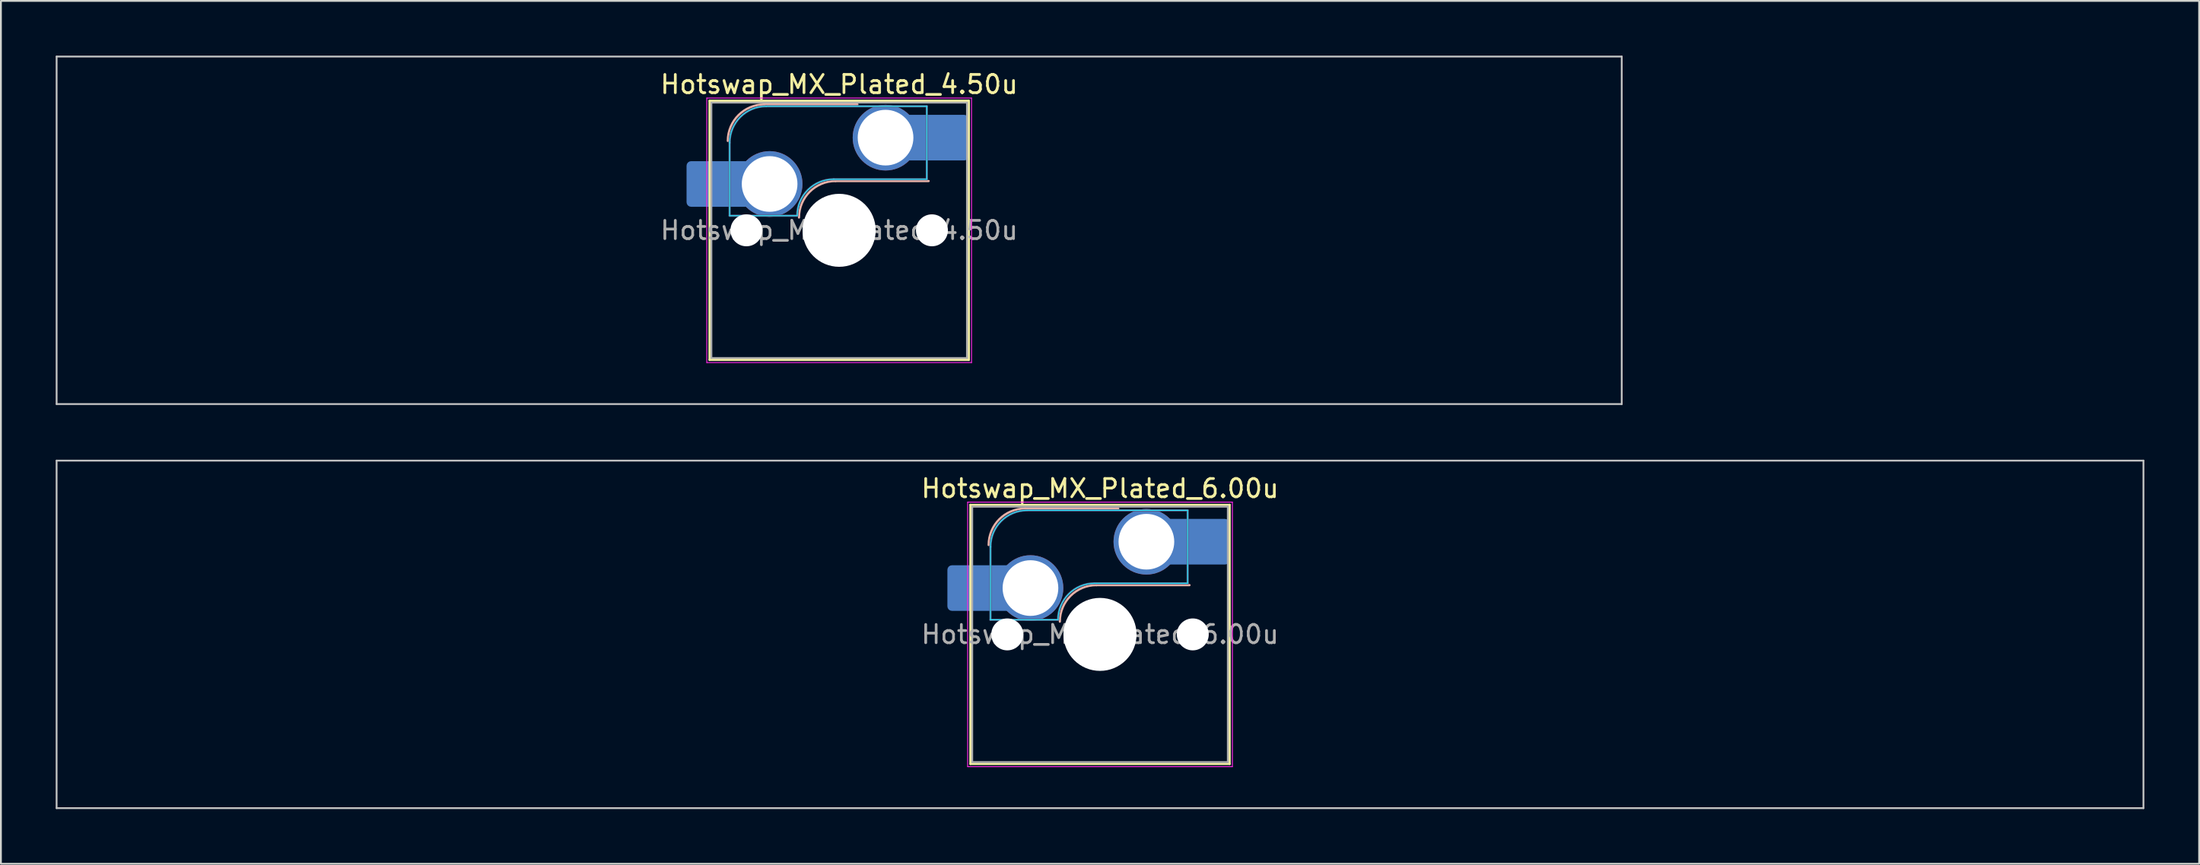
<source format=kicad_pcb>
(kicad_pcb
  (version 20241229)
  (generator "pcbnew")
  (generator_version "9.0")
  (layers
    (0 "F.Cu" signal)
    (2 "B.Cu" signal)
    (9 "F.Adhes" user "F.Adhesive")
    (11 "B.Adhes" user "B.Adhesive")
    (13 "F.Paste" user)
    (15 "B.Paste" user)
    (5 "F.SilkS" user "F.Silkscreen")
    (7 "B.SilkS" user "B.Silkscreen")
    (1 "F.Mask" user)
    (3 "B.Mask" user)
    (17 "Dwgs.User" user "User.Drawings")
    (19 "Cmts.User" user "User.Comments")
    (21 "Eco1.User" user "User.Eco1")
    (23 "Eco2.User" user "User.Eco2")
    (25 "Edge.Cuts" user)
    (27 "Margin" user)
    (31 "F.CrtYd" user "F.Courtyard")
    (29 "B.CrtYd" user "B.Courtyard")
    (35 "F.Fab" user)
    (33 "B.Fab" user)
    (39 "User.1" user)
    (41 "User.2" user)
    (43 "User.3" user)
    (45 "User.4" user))
  (footprint "Hotswap_MX_Plated_4.50u"
    (layer "F.Cu")
    (at 42.913 9.575)
    (property "Reference" "Hotswap_MX_Plated_4.50u" (at 0 -8 0) (layer "F.SilkS") (effects (font (size 1 1) (thickness 0.15))))
    (attr smd)
    (fp_line (start -7.1 -7.1) (end -7.1 7.1) (stroke (width 0.12) (type solid)) (layer "F.SilkS"))
    (fp_line (start -7.1 7.1) (end 7.1 7.1) (stroke (width 0.12) (type solid)) (layer "F.SilkS"))
    (fp_line (start 7.1 -7.1) (end -7.1 -7.1) (stroke (width 0.12) (type solid)) (layer "F.SilkS"))
    (fp_line (start 7.1 7.1) (end 7.1 -7.1) (stroke (width 0.12) (type solid)) (layer "F.SilkS"))
    (fp_line (start -4.1 -6.9) (end 1 -6.9) (stroke (width 0.12) (type solid)) (layer "B.SilkS"))
    (fp_line (start -0.2 -2.7) (end 4.9 -2.7) (stroke (width 0.12) (type solid)) (layer "B.SilkS"))
    (fp_arc (start -6.1 -4.9) (mid -5.514214 -6.314214) (end -4.1 -6.9) (stroke (width 0.12) (type solid)) (layer "B.SilkS"))
    (fp_arc (start -2.2 -0.7) (mid -1.614214 -2.114214) (end -0.2 -2.7) (stroke (width 0.12) (type solid)) (layer "B.SilkS"))
    (fp_line (start -42.862 -9.525) (end -42.862 9.525) (stroke (width 0.1) (type solid)) (layer "Dwgs.User"))
    (fp_line (start -42.862 9.525) (end 42.862 9.525) (stroke (width 0.1) (type solid)) (layer "Dwgs.User"))
    (fp_line (start 42.862 -9.525) (end -42.862 -9.525) (stroke (width 0.1) (type solid)) (layer "Dwgs.User"))
    (fp_line (start 42.862 9.525) (end 42.862 -9.525) (stroke (width 0.1) (type solid)) (layer "Dwgs.User"))
    (fp_line (start -7.8 -6) (end -7 -6) (stroke (width 0.1) (type solid)) (layer "Eco1.User"))
    (fp_line (start -7.8 -2.9) (end -7.8 -6) (stroke (width 0.1) (type solid)) (layer "Eco1.User"))
    (fp_line (start -7.8 2.9) (end -7 2.9) (stroke (width 0.1) (type solid)) (layer "Eco1.User"))
    (fp_line (start -7.8 6) (end -7.8 2.9) (stroke (width 0.1) (type solid)) (layer "Eco1.User"))
    (fp_line (start -7 -7) (end 7 -7) (stroke (width 0.1) (type solid)) (layer "Eco1.User"))
    (fp_line (start -7 -6) (end -7 -7) (stroke (width 0.1) (type solid)) (layer "Eco1.User"))
    (fp_line (start -7 -2.9) (end -7.8 -2.9) (stroke (width 0.1) (type solid)) (layer "Eco1.User"))
    (fp_line (start -7 2.9) (end -7 -2.9) (stroke (width 0.1) (type solid)) (layer "Eco1.User"))
    (fp_line (start -7 6) (end -7.8 6) (stroke (width 0.1) (type solid)) (layer "Eco1.User"))
    (fp_line (start -7 7) (end -7 6) (stroke (width 0.1) (type solid)) (layer "Eco1.User"))
    (fp_line (start 7 -7) (end 7 -6) (stroke (width 0.1) (type solid)) (layer "Eco1.User"))
    (fp_line (start 7 -6) (end 7.8 -6) (stroke (width 0.1) (type solid)) (layer "Eco1.User"))
    (fp_line (start 7 -2.9) (end 7 2.9) (stroke (width 0.1) (type solid)) (layer "Eco1.User"))
    (fp_line (start 7 2.9) (end 7.8 2.9) (stroke (width 0.1) (type solid)) (layer "Eco1.User"))
    (fp_line (start 7 6) (end 7 7) (stroke (width 0.1) (type solid)) (layer "Eco1.User"))
    (fp_line (start 7 7) (end -7 7) (stroke (width 0.1) (type solid)) (layer "Eco1.User"))
    (fp_line (start 7.8 -6) (end 7.8 -2.9) (stroke (width 0.1) (type solid)) (layer "Eco1.User"))
    (fp_line (start 7.8 -2.9) (end 7 -2.9) (stroke (width 0.1) (type solid)) (layer "Eco1.User"))
    (fp_line (start 7.8 2.9) (end 7.8 6) (stroke (width 0.1) (type solid)) (layer "Eco1.User"))
    (fp_line (start 7.8 6) (end 7 6) (stroke (width 0.1) (type solid)) (layer "Eco1.User"))
    (fp_line (start -6 -0.8) (end -6 -4.8) (stroke (width 0.05) (type solid)) (layer "B.CrtYd"))
    (fp_line (start -6 -0.8) (end -2.3 -0.8) (stroke (width 0.05) (type solid)) (layer "B.CrtYd"))
    (fp_line (start -4 -6.8) (end 4.8 -6.8) (stroke (width 0.05) (type solid)) (layer "B.CrtYd"))
    (fp_line (start -0.3 -2.8) (end 4.8 -2.8) (stroke (width 0.05) (type solid)) (layer "B.CrtYd"))
    (fp_line (start 4.8 -6.8) (end 4.8 -2.8) (stroke (width 0.05) (type solid)) (layer "B.CrtYd"))
    (fp_arc (start -6 -4.8) (mid -5.414214 -6.214214) (end -4 -6.8) (stroke (width 0.05) (type solid)) (layer "B.CrtYd"))
    (fp_arc (start -2.3 -0.8) (mid -1.714214 -2.214214) (end -0.3 -2.8) (stroke (width 0.05) (type solid)) (layer "B.CrtYd"))
    (fp_line (start -7.25 -7.25) (end -7.25 7.25) (stroke (width 0.05) (type solid)) (layer "F.CrtYd"))
    (fp_line (start -7.25 7.25) (end 7.25 7.25) (stroke (width 0.05) (type solid)) (layer "F.CrtYd"))
    (fp_line (start 7.25 -7.25) (end -7.25 -7.25) (stroke (width 0.05) (type solid)) (layer "F.CrtYd"))
    (fp_line (start 7.25 7.25) (end 7.25 -7.25) (stroke (width 0.05) (type solid)) (layer "F.CrtYd"))
    (fp_line (start -6 -0.8) (end -6 -4.8) (stroke (width 0.12) (type solid)) (layer "B.Fab"))
    (fp_line (start -6 -0.8) (end -2.3 -0.8) (stroke (width 0.12) (type solid)) (layer "B.Fab"))
    (fp_line (start -4 -6.8) (end 4.8 -6.8) (stroke (width 0.12) (type solid)) (layer "B.Fab"))
    (fp_line (start -0.3 -2.8) (end 4.8 -2.8) (stroke (width 0.12) (type solid)) (layer "B.Fab"))
    (fp_line (start 4.8 -6.8) (end 4.8 -2.8) (stroke (width 0.12) (type solid)) (layer "B.Fab"))
    (fp_arc (start -6 -4.8) (mid -5.414214 -6.214214) (end -4 -6.8) (stroke (width 0.12) (type solid)) (layer "B.Fab"))
    (fp_arc (start -2.3 -0.8) (mid -1.714214 -2.214214) (end -0.3 -2.8) (stroke (width 0.12) (type solid)) (layer "B.Fab"))
    (fp_line (start -7 -7) (end -7 7) (stroke (width 0.1) (type solid)) (layer "F.Fab"))
    (fp_line (start -7 7) (end 7 7) (stroke (width 0.1) (type solid)) (layer "F.Fab"))
    (fp_line (start 7 -7) (end -7 -7) (stroke (width 0.1) (type solid)) (layer "F.Fab"))
    (fp_line (start 7 7) (end 7 -7) (stroke (width 0.1) (type solid)) (layer "F.Fab"))
    (fp_text user "${REFERENCE}" (at 0 0 0) (layer "F.Fab") (effects (font (size 1 1) (thickness 0.15))))
    (pad "" smd roundrect (at -7.085 -2.54) (size 2.55 2.5) (layers "B.Mask" "B.Paste") (roundrect_rratio 0.1))
    (pad "" np_thru_hole circle (at -5.08 0) (size 1.75 1.75) (drill 1.75) (layers "*.Cu" "*.Mask"))
    (pad "" np_thru_hole circle (at 0 0) (size 4 4) (drill 4) (layers "*.Cu" "*.Mask"))
    (pad "" np_thru_hole circle (at 5.08 0) (size 1.75 1.75) (drill 1.75) (layers "*.Cu" "*.Mask"))
    (pad "" smd roundrect (at 5.842 -5.08) (size 2.55 2.5) (layers "B.Mask" "B.Paste") (roundrect_rratio 0.1))
    (pad "1" smd roundrect (at -6.585 -2.54) (size 3.55 2.5) (layers "B.Cu") (roundrect_rratio 0.1))
    (pad "1" thru_hole circle (at -3.81 -2.54) (size 3.6 3.6) (drill 3.05) (layers "*.Cu" "*.Mask"))
    (pad "2" thru_hole circle (at 2.54 -5.08) (size 3.6 3.6) (drill 3.05) (layers "*.Cu" "*.Mask"))
    (pad "2" smd roundrect (at 5.32 -5.08) (size 3.55 2.5) (layers "B.Cu") (roundrect_rratio 0.1)))
  (footprint "Hotswap_MX_Plated_6.00u"
    (layer "F.Cu")
    (at 57.2 31.725)
    (property "Reference" "Hotswap_MX_Plated_6.00u" (at 0 -8 0) (layer "F.SilkS") (effects (font (size 1 1) (thickness 0.15))))
    (attr smd)
    (fp_line (start -7.1 -7.1) (end -7.1 7.1) (stroke (width 0.12) (type solid)) (layer "F.SilkS"))
    (fp_line (start -7.1 7.1) (end 7.1 7.1) (stroke (width 0.12) (type solid)) (layer "F.SilkS"))
    (fp_line (start 7.1 -7.1) (end -7.1 -7.1) (stroke (width 0.12) (type solid)) (layer "F.SilkS"))
    (fp_line (start 7.1 7.1) (end 7.1 -7.1) (stroke (width 0.12) (type solid)) (layer "F.SilkS"))
    (fp_line (start -4.1 -6.9) (end 1 -6.9) (stroke (width 0.12) (type solid)) (layer "B.SilkS"))
    (fp_line (start -0.2 -2.7) (end 4.9 -2.7) (stroke (width 0.12) (type solid)) (layer "B.SilkS"))
    (fp_arc (start -6.1 -4.9) (mid -5.514214 -6.314214) (end -4.1 -6.9) (stroke (width 0.12) (type solid)) (layer "B.SilkS"))
    (fp_arc (start -2.2 -0.7) (mid -1.614214 -2.114214) (end -0.2 -2.7) (stroke (width 0.12) (type solid)) (layer "B.SilkS"))
    (fp_line (start -57.15 -9.525) (end -57.15 9.525) (stroke (width 0.1) (type solid)) (layer "Dwgs.User"))
    (fp_line (start -57.15 9.525) (end 57.15 9.525) (stroke (width 0.1) (type solid)) (layer "Dwgs.User"))
    (fp_line (start 57.15 -9.525) (end -57.15 -9.525) (stroke (width 0.1) (type solid)) (layer "Dwgs.User"))
    (fp_line (start 57.15 9.525) (end 57.15 -9.525) (stroke (width 0.1) (type solid)) (layer "Dwgs.User"))
    (fp_line (start -7.8 -6) (end -7 -6) (stroke (width 0.1) (type solid)) (layer "Eco1.User"))
    (fp_line (start -7.8 -2.9) (end -7.8 -6) (stroke (width 0.1) (type solid)) (layer "Eco1.User"))
    (fp_line (start -7.8 2.9) (end -7 2.9) (stroke (width 0.1) (type solid)) (layer "Eco1.User"))
    (fp_line (start -7.8 6) (end -7.8 2.9) (stroke (width 0.1) (type solid)) (layer "Eco1.User"))
    (fp_line (start -7 -7) (end 7 -7) (stroke (width 0.1) (type solid)) (layer "Eco1.User"))
    (fp_line (start -7 -6) (end -7 -7) (stroke (width 0.1) (type solid)) (layer "Eco1.User"))
    (fp_line (start -7 -2.9) (end -7.8 -2.9) (stroke (width 0.1) (type solid)) (layer "Eco1.User"))
    (fp_line (start -7 2.9) (end -7 -2.9) (stroke (width 0.1) (type solid)) (layer "Eco1.User"))
    (fp_line (start -7 6) (end -7.8 6) (stroke (width 0.1) (type solid)) (layer "Eco1.User"))
    (fp_line (start -7 7) (end -7 6) (stroke (width 0.1) (type solid)) (layer "Eco1.User"))
    (fp_line (start 7 -7) (end 7 -6) (stroke (width 0.1) (type solid)) (layer "Eco1.User"))
    (fp_line (start 7 -6) (end 7.8 -6) (stroke (width 0.1) (type solid)) (layer "Eco1.User"))
    (fp_line (start 7 -2.9) (end 7 2.9) (stroke (width 0.1) (type solid)) (layer "Eco1.User"))
    (fp_line (start 7 2.9) (end 7.8 2.9) (stroke (width 0.1) (type solid)) (layer "Eco1.User"))
    (fp_line (start 7 6) (end 7 7) (stroke (width 0.1) (type solid)) (layer "Eco1.User"))
    (fp_line (start 7 7) (end -7 7) (stroke (width 0.1) (type solid)) (layer "Eco1.User"))
    (fp_line (start 7.8 -6) (end 7.8 -2.9) (stroke (width 0.1) (type solid)) (layer "Eco1.User"))
    (fp_line (start 7.8 -2.9) (end 7 -2.9) (stroke (width 0.1) (type solid)) (layer "Eco1.User"))
    (fp_line (start 7.8 2.9) (end 7.8 6) (stroke (width 0.1) (type solid)) (layer "Eco1.User"))
    (fp_line (start 7.8 6) (end 7 6) (stroke (width 0.1) (type solid)) (layer "Eco1.User"))
    (fp_line (start -6 -0.8) (end -6 -4.8) (stroke (width 0.05) (type solid)) (layer "B.CrtYd"))
    (fp_line (start -6 -0.8) (end -2.3 -0.8) (stroke (width 0.05) (type solid)) (layer "B.CrtYd"))
    (fp_line (start -4 -6.8) (end 4.8 -6.8) (stroke (width 0.05) (type solid)) (layer "B.CrtYd"))
    (fp_line (start -0.3 -2.8) (end 4.8 -2.8) (stroke (width 0.05) (type solid)) (layer "B.CrtYd"))
    (fp_line (start 4.8 -6.8) (end 4.8 -2.8) (stroke (width 0.05) (type solid)) (layer "B.CrtYd"))
    (fp_arc (start -6 -4.8) (mid -5.414214 -6.214214) (end -4 -6.8) (stroke (width 0.05) (type solid)) (layer "B.CrtYd"))
    (fp_arc (start -2.3 -0.8) (mid -1.714214 -2.214214) (end -0.3 -2.8) (stroke (width 0.05) (type solid)) (layer "B.CrtYd"))
    (fp_line (start -7.25 -7.25) (end -7.25 7.25) (stroke (width 0.05) (type solid)) (layer "F.CrtYd"))
    (fp_line (start -7.25 7.25) (end 7.25 7.25) (stroke (width 0.05) (type solid)) (layer "F.CrtYd"))
    (fp_line (start 7.25 -7.25) (end -7.25 -7.25) (stroke (width 0.05) (type solid)) (layer "F.CrtYd"))
    (fp_line (start 7.25 7.25) (end 7.25 -7.25) (stroke (width 0.05) (type solid)) (layer "F.CrtYd"))
    (fp_line (start -6 -0.8) (end -6 -4.8) (stroke (width 0.12) (type solid)) (layer "B.Fab"))
    (fp_line (start -6 -0.8) (end -2.3 -0.8) (stroke (width 0.12) (type solid)) (layer "B.Fab"))
    (fp_line (start -4 -6.8) (end 4.8 -6.8) (stroke (width 0.12) (type solid)) (layer "B.Fab"))
    (fp_line (start -0.3 -2.8) (end 4.8 -2.8) (stroke (width 0.12) (type solid)) (layer "B.Fab"))
    (fp_line (start 4.8 -6.8) (end 4.8 -2.8) (stroke (width 0.12) (type solid)) (layer "B.Fab"))
    (fp_arc (start -6 -4.8) (mid -5.414214 -6.214214) (end -4 -6.8) (stroke (width 0.12) (type solid)) (layer "B.Fab"))
    (fp_arc (start -2.3 -0.8) (mid -1.714214 -2.214214) (end -0.3 -2.8) (stroke (width 0.12) (type solid)) (layer "B.Fab"))
    (fp_line (start -7 -7) (end -7 7) (stroke (width 0.1) (type solid)) (layer "F.Fab"))
    (fp_line (start -7 7) (end 7 7) (stroke (width 0.1) (type solid)) (layer "F.Fab"))
    (fp_line (start 7 -7) (end -7 -7) (stroke (width 0.1) (type solid)) (layer "F.Fab"))
    (fp_line (start 7 7) (end 7 -7) (stroke (width 0.1) (type solid)) (layer "F.Fab"))
    (fp_text user "${REFERENCE}" (at 0 0 0) (layer "F.Fab") (effects (font (size 1 1) (thickness 0.15))))
    (pad "" smd roundrect (at -7.085 -2.54) (size 2.55 2.5) (layers "B.Mask" "B.Paste") (roundrect_rratio 0.1))
    (pad "" np_thru_hole circle (at -5.08 0) (size 1.75 1.75) (drill 1.75) (layers "*.Cu" "*.Mask"))
    (pad "" np_thru_hole circle (at 0 0) (size 4 4) (drill 4) (layers "*.Cu" "*.Mask"))
    (pad "" np_thru_hole circle (at 5.08 0) (size 1.75 1.75) (drill 1.75) (layers "*.Cu" "*.Mask"))
    (pad "" smd roundrect (at 5.842 -5.08) (size 2.55 2.5) (layers "B.Mask" "B.Paste") (roundrect_rratio 0.1))
    (pad "1" smd roundrect (at -6.585 -2.54) (size 3.55 2.5) (layers "B.Cu") (roundrect_rratio 0.1))
    (pad "1" thru_hole circle (at -3.81 -2.54) (size 3.6 3.6) (drill 3.05) (layers "*.Cu" "*.Mask"))
    (pad "2" thru_hole circle (at 2.54 -5.08) (size 3.6 3.6) (drill 3.05) (layers "*.Cu" "*.Mask"))
    (pad "2" smd roundrect (at 5.32 -5.08) (size 3.55 2.5) (layers "B.Cu") (roundrect_rratio 0.1)))
  (gr_rect
    (start -3 -3)
    (end 117.4 44.3)
    (stroke (width 0.1) (type default))
    (fill no)
    (layer "Edge.Cuts")))
</source>
